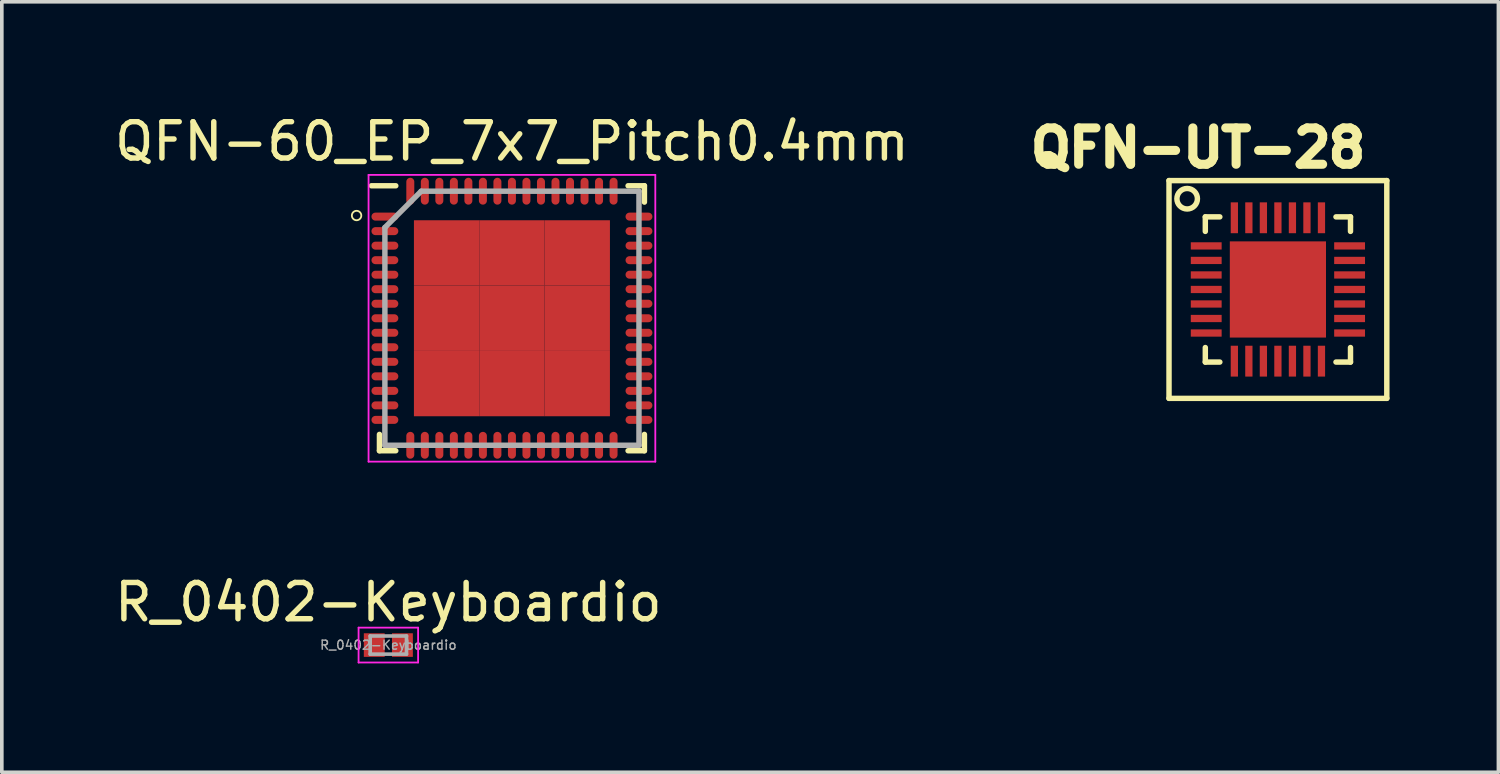
<source format=kicad_pcb>
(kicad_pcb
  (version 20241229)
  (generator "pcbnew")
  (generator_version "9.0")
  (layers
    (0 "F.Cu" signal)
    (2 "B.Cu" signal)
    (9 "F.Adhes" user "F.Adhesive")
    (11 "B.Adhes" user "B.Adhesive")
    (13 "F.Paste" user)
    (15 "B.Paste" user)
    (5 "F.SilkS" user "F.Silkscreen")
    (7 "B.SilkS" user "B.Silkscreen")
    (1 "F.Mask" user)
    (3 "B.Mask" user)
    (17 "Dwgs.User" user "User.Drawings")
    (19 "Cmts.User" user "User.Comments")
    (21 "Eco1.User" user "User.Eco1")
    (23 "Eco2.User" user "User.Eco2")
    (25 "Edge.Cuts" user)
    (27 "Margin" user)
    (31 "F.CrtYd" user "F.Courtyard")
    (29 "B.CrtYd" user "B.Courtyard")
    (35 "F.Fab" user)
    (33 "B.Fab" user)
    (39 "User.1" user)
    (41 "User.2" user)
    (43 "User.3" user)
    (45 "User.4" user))
  (footprint "QFN-60_EP_7x7_Pitch0.4mm"
    (layer "F.Cu")
    (at 11.054 5.718)
    (property "Reference" "QFN-60_EP_7x7_Pitch0.4mm" (at 0 -4.87 0) (layer "F.SilkS") (effects (font (size 1 1) (thickness 0.15))))
    (attr smd)
    (fp_line (start -3.65 3.65) (end -3.65 3.2) (stroke (width 0.15) (type solid)) (layer "F.SilkS"))
    (fp_line (start -3.2 -3.65) (end -3.87 -3.65) (stroke (width 0.15) (type solid)) (layer "F.SilkS"))
    (fp_line (start -3.2 3.65) (end -3.65 3.65) (stroke (width 0.15) (type solid)) (layer "F.SilkS"))
    (fp_line (start 3.2 -3.65) (end 3.65 -3.65) (stroke (width 0.15) (type solid)) (layer "F.SilkS"))
    (fp_line (start 3.2 3.65) (end 3.65 3.65) (stroke (width 0.15) (type solid)) (layer "F.SilkS"))
    (fp_line (start 3.65 -3.65) (end 3.65 -3.2) (stroke (width 0.15) (type solid)) (layer "F.SilkS"))
    (fp_line (start 3.65 3.65) (end 3.65 3.2) (stroke (width 0.15) (type solid)) (layer "F.SilkS"))
    (fp_circle (center -4.28 -2.83) (end -4.15 -2.83) (stroke (width 0.05) (type solid)) (fill no) (layer "F.SilkS"))
    (fp_line (start -3.95 -3.95) (end 3.95 -3.95) (stroke (width 0.05) (type solid)) (layer "F.CrtYd"))
    (fp_line (start -3.95 3.95) (end -3.95 -3.95) (stroke (width 0.05) (type solid)) (layer "F.CrtYd"))
    (fp_line (start 3.95 -3.95) (end 3.95 3.95) (stroke (width 0.05) (type solid)) (layer "F.CrtYd"))
    (fp_line (start 3.95 3.95) (end -3.95 3.95) (stroke (width 0.05) (type solid)) (layer "F.CrtYd"))
    (fp_line (start -3.5 -2.5) (end -3.5 3.5) (stroke (width 0.15) (type solid)) (layer "F.Fab"))
    (fp_line (start -3.5 3.5) (end 3.5 3.5) (stroke (width 0.15) (type solid)) (layer "F.Fab"))
    (fp_line (start -2.5 -3.5) (end -3.5 -2.5) (stroke (width 0.15) (type solid)) (layer "F.Fab"))
    (fp_line (start 3.5 -3.5) (end -2.5 -3.5) (stroke (width 0.15) (type solid)) (layer "F.Fab"))
    (fp_line (start 3.5 3.5) (end 3.5 -3.5) (stroke (width 0.15) (type solid)) (layer "F.Fab"))
    (pad "1" smd oval (at -3.5 -2.8 90) (size 0.22 0.74) (layers "F.Cu" "F.Mask" "F.Paste"))
    (pad "2" smd oval (at -3.5 -2.4 90) (size 0.22 0.74) (layers "F.Cu" "F.Mask" "F.Paste"))
    (pad "3" smd oval (at -3.5 -2 90) (size 0.22 0.74) (layers "F.Cu" "F.Mask" "F.Paste"))
    (pad "4" smd oval (at -3.5 -1.6 90) (size 0.22 0.74) (layers "F.Cu" "F.Mask" "F.Paste"))
    (pad "5" smd oval (at -3.5 -1.2 90) (size 0.22 0.74) (layers "F.Cu" "F.Mask" "F.Paste"))
    (pad "6" smd oval (at -3.5 -0.8 90) (size 0.22 0.74) (layers "F.Cu" "F.Mask" "F.Paste"))
    (pad "7" smd oval (at -3.5 -0.4 90) (size 0.22 0.74) (layers "F.Cu" "F.Mask" "F.Paste"))
    (pad "8" smd oval (at -3.5 0 90) (size 0.22 0.74) (layers "F.Cu" "F.Mask" "F.Paste"))
    (pad "9" smd oval (at -3.5 0.4 90) (size 0.22 0.74) (layers "F.Cu" "F.Mask" "F.Paste"))
    (pad "10" smd oval (at -3.5 0.8 90) (size 0.22 0.74) (layers "F.Cu" "F.Mask" "F.Paste"))
    (pad "11" smd oval (at -3.5 1.2 90) (size 0.22 0.74) (layers "F.Cu" "F.Mask" "F.Paste"))
    (pad "12" smd oval (at -3.5 1.6 90) (size 0.22 0.74) (layers "F.Cu" "F.Mask" "F.Paste"))
    (pad "13" smd oval (at -3.5 2 90) (size 0.22 0.74) (layers "F.Cu" "F.Mask" "F.Paste"))
    (pad "14" smd oval (at -3.5 2.4 90) (size 0.22 0.74) (layers "F.Cu" "F.Mask" "F.Paste"))
    (pad "15" smd oval (at -3.5 2.8 90) (size 0.22 0.74) (layers "F.Cu" "F.Mask" "F.Paste"))
    (pad "16" smd oval (at -2.8 3.5) (size 0.22 0.74) (layers "F.Cu" "F.Mask" "F.Paste"))
    (pad "17" smd oval (at -2.4 3.5) (size 0.22 0.74) (layers "F.Cu" "F.Mask" "F.Paste"))
    (pad "18" smd oval (at -2 3.5) (size 0.22 0.74) (layers "F.Cu" "F.Mask" "F.Paste"))
    (pad "19" smd oval (at -1.6 3.5) (size 0.22 0.74) (layers "F.Cu" "F.Mask" "F.Paste"))
    (pad "20" smd oval (at -1.2 3.5) (size 0.22 0.74) (layers "F.Cu" "F.Mask" "F.Paste"))
    (pad "21" smd oval (at -0.8 3.5) (size 0.22 0.74) (layers "F.Cu" "F.Mask" "F.Paste"))
    (pad "22" smd oval (at -0.4 3.5) (size 0.22 0.74) (layers "F.Cu" "F.Mask" "F.Paste"))
    (pad "23" smd oval (at 0 3.5) (size 0.22 0.74) (layers "F.Cu" "F.Mask" "F.Paste"))
    (pad "24" smd oval (at 0.4 3.5) (size 0.22 0.74) (layers "F.Cu" "F.Mask" "F.Paste"))
    (pad "25" smd oval (at 0.8 3.5) (size 0.22 0.74) (layers "F.Cu" "F.Mask" "F.Paste"))
    (pad "26" smd oval (at 1.2 3.5) (size 0.22 0.74) (layers "F.Cu" "F.Mask" "F.Paste"))
    (pad "27" smd oval (at 1.6 3.5) (size 0.22 0.74) (layers "F.Cu" "F.Mask" "F.Paste"))
    (pad "28" smd oval (at 2 3.5) (size 0.22 0.74) (layers "F.Cu" "F.Mask" "F.Paste"))
    (pad "29" smd oval (at 2.4 3.5) (size 0.22 0.74) (layers "F.Cu" "F.Mask" "F.Paste"))
    (pad "30" smd oval (at 2.8 3.5) (size 0.22 0.74) (layers "F.Cu" "F.Mask" "F.Paste"))
    (pad "31" smd oval (at 3.5 2.8 90) (size 0.22 0.74) (layers "F.Cu" "F.Mask" "F.Paste"))
    (pad "32" smd oval (at 3.5 2.4 90) (size 0.22 0.74) (layers "F.Cu" "F.Mask" "F.Paste"))
    (pad "33" smd oval (at 3.5 2 90) (size 0.22 0.74) (layers "F.Cu" "F.Mask" "F.Paste"))
    (pad "34" smd oval (at 3.5 1.6 90) (size 0.22 0.74) (layers "F.Cu" "F.Mask" "F.Paste"))
    (pad "35" smd oval (at 3.5 1.2 90) (size 0.22 0.74) (layers "F.Cu" "F.Mask" "F.Paste"))
    (pad "36" smd oval (at 3.5 0.8 90) (size 0.22 0.74) (layers "F.Cu" "F.Mask" "F.Paste"))
    (pad "37" smd oval (at 3.5 0.4 90) (size 0.22 0.74) (layers "F.Cu" "F.Mask" "F.Paste"))
    (pad "38" smd oval (at 3.5 0 90) (size 0.22 0.74) (layers "F.Cu" "F.Mask" "F.Paste"))
    (pad "39" smd oval (at 3.5 -0.4 90) (size 0.22 0.74) (layers "F.Cu" "F.Mask" "F.Paste"))
    (pad "40" smd oval (at 3.5 -0.8 90) (size 0.22 0.74) (layers "F.Cu" "F.Mask" "F.Paste"))
    (pad "41" smd oval (at 3.5 -1.2 90) (size 0.22 0.74) (layers "F.Cu" "F.Mask" "F.Paste"))
    (pad "42" smd oval (at 3.5 -1.6 90) (size 0.22 0.74) (layers "F.Cu" "F.Mask" "F.Paste"))
    (pad "43" smd oval (at 3.5 -2 90) (size 0.22 0.74) (layers "F.Cu" "F.Mask" "F.Paste"))
    (pad "44" smd oval (at 3.5 -2.4 90) (size 0.22 0.74) (layers "F.Cu" "F.Mask" "F.Paste"))
    (pad "45" smd oval (at 3.5 -2.8 90) (size 0.22 0.74) (layers "F.Cu" "F.Mask" "F.Paste"))
    (pad "46" smd oval (at 2.8 -3.5) (size 0.22 0.74) (layers "F.Cu" "F.Mask" "F.Paste"))
    (pad "47" smd oval (at 2.4 -3.5) (size 0.22 0.74) (layers "F.Cu" "F.Mask" "F.Paste"))
    (pad "48" smd oval (at 2 -3.5) (size 0.22 0.74) (layers "F.Cu" "F.Mask" "F.Paste"))
    (pad "49" smd oval (at 1.6 -3.5) (size 0.22 0.74) (layers "F.Cu" "F.Mask" "F.Paste"))
    (pad "50" smd oval (at 1.2 -3.5) (size 0.22 0.74) (layers "F.Cu" "F.Mask" "F.Paste"))
    (pad "51" smd oval (at 0.8 -3.5) (size 0.22 0.74) (layers "F.Cu" "F.Mask" "F.Paste"))
    (pad "52" smd oval (at 0.4 -3.5) (size 0.22 0.74) (layers "F.Cu" "F.Mask" "F.Paste"))
    (pad "53" smd oval (at 0 -3.5) (size 0.22 0.74) (layers "F.Cu" "F.Mask" "F.Paste"))
    (pad "54" smd oval (at -0.4 -3.5) (size 0.22 0.74) (layers "F.Cu" "F.Mask" "F.Paste"))
    (pad "55" smd oval (at -0.8 -3.5) (size 0.22 0.74) (layers "F.Cu" "F.Mask" "F.Paste"))
    (pad "56" smd oval (at -1.2 -3.5) (size 0.22 0.74) (layers "F.Cu" "F.Mask" "F.Paste"))
    (pad "57" smd oval (at -1.6 -3.5) (size 0.22 0.74) (layers "F.Cu" "F.Mask" "F.Paste"))
    (pad "58" smd oval (at -2 -3.5) (size 0.22 0.74) (layers "F.Cu" "F.Mask" "F.Paste"))
    (pad "59" smd oval (at -2.4 -3.5) (size 0.22 0.74) (layers "F.Cu" "F.Mask" "F.Paste"))
    (pad "60" smd oval (at -2.8 -3.5) (size 0.22 0.74) (layers "F.Cu" "F.Mask" "F.Paste"))
    (pad "61" smd rect (at -1.8 -1.8) (size 1.8 1.8) (layers "F.Cu" "F.Mask" "F.Paste"))
    (pad "61" smd rect (at -1.8 0) (size 1.8 1.8) (layers "F.Cu" "F.Mask" "F.Paste"))
    (pad "61" smd rect (at -1.8 1.8) (size 1.8 1.8) (layers "F.Cu" "F.Mask" "F.Paste"))
    (pad "61" smd rect (at 0 -1.8) (size 1.8 1.8) (layers "F.Cu" "F.Mask" "F.Paste"))
    (pad "61" smd rect (at 0 0) (size 1.8 1.8) (layers "F.Cu" "F.Mask" "F.Paste"))
    (pad "61" smd rect (at 0 1.8) (size 1.8 1.8) (layers "F.Cu" "F.Mask" "F.Paste"))
    (pad "61" smd rect (at 1.8 -1.8) (size 1.8 1.8) (layers "F.Cu" "F.Mask" "F.Paste"))
    (pad "61" smd rect (at 1.8 0) (size 1.8 1.8) (layers "F.Cu" "F.Mask" "F.Paste"))
    (pad "61" smd rect (at 1.8 1.8) (size 1.8 1.8) (layers "F.Cu" "F.Mask" "F.Paste")))
  (footprint "R_0402-Keyboardio"
    (layer "F.Cu")
    (at 7.649 14.722)
    (property "Reference" "R_0402-Keyboardio" (at 0 -1.18 0) (layer "F.SilkS") (effects (font (size 1 1) (thickness 0.15))))
    (attr smd)
    (fp_line (start -0.82 -0.48) (end 0.82 -0.48) (stroke (width 0.05) (type solid)) (layer "F.CrtYd"))
    (fp_line (start -0.82 0.48) (end -0.82 -0.48) (stroke (width 0.05) (type solid)) (layer "F.CrtYd"))
    (fp_line (start 0.82 -0.48) (end 0.82 0.48) (stroke (width 0.05) (type solid)) (layer "F.CrtYd"))
    (fp_line (start 0.82 0.48) (end -0.82 0.48) (stroke (width 0.05) (type solid)) (layer "F.CrtYd"))
    (fp_line (start -0.5 -0.25) (end 0.5 -0.25) (stroke (width 0.1) (type solid)) (layer "F.Fab"))
    (fp_line (start -0.5 0.25) (end -0.5 -0.25) (stroke (width 0.1) (type solid)) (layer "F.Fab"))
    (fp_line (start 0.5 -0.25) (end 0.5 0.25) (stroke (width 0.1) (type solid)) (layer "F.Fab"))
    (fp_line (start 0.5 0.25) (end -0.5 0.25) (stroke (width 0.1) (type solid)) (layer "F.Fab"))
    (fp_text user "${REFERENCE}" (at 0 0 0) (layer "F.Fab") (effects (font (size 0.25 0.25) (thickness 0.04))))
    (pad "1" smd rect (at -0.388 0) (size 0.575 0.65) (layers "F.Cu" "F.Mask" "F.Paste"))
    (pad "2" smd rect (at 0.388 0) (size 0.575 0.65) (layers "F.Cu" "F.Mask" "F.Paste")))
  (footprint "QFN-UT-28"
    (layer "F.Cu")
    (at 32.157 4.925)
    (property "Reference" "QFN-UT-28" (at -2.2 -3.9 180) (layer "F.SilkS") (effects (font (size 1.001 1.001) (thickness 0.305))))
    (attr through_hole)
    (fp_line (start -3 -3) (end 3 -3) (stroke (width 0.15) (type solid)) (layer "F.SilkS"))
    (fp_line (start -3 3) (end -3 -3) (stroke (width 0.15) (type solid)) (layer "F.SilkS"))
    (fp_line (start -2 -2) (end -1.6 -2) (stroke (width 0.15) (type solid)) (layer "F.SilkS"))
    (fp_line (start -2 -1.6) (end -2 -2) (stroke (width 0.15) (type solid)) (layer "F.SilkS"))
    (fp_line (start -2 2) (end -2 1.6) (stroke (width 0.15) (type solid)) (layer "F.SilkS"))
    (fp_line (start -1.6 2) (end -2 2) (stroke (width 0.15) (type solid)) (layer "F.SilkS"))
    (fp_line (start 2 -2) (end 1.6 -2) (stroke (width 0.15) (type solid)) (layer "F.SilkS"))
    (fp_line (start 2 -1.6) (end 2 -2) (stroke (width 0.15) (type solid)) (layer "F.SilkS"))
    (fp_line (start 2 1.6) (end 2 2) (stroke (width 0.15) (type solid)) (layer "F.SilkS"))
    (fp_line (start 2 2) (end 1.6 2) (stroke (width 0.15) (type solid)) (layer "F.SilkS"))
    (fp_line (start 3 -3) (end 3 3) (stroke (width 0.15) (type solid)) (layer "F.SilkS"))
    (fp_line (start 3 3) (end -3 3) (stroke (width 0.15) (type solid)) (layer "F.SilkS"))
    (fp_circle (center -2.5 -2.5) (end -2.3 -2.7) (stroke (width 0.15) (type solid)) (fill no) (layer "F.SilkS"))
    (pad "1" smd rect (at -1.975 -1.2) (size 0.85 0.2) (layers "F.Cu" "F.Mask" "F.Paste"))
    (pad "2" smd rect (at -1.975 -0.8) (size 0.85 0.2) (layers "F.Cu" "F.Mask" "F.Paste"))
    (pad "3" smd rect (at -1.975 -0.4) (size 0.85 0.2) (layers "F.Cu" "F.Mask" "F.Paste"))
    (pad "4" smd rect (at -1.975 0) (size 0.85 0.2) (layers "F.Cu" "F.Mask" "F.Paste"))
    (pad "5" smd rect (at -1.975 0.4) (size 0.85 0.2) (layers "F.Cu" "F.Mask" "F.Paste"))
    (pad "6" smd rect (at -1.975 0.8) (size 0.85 0.2) (layers "F.Cu" "F.Mask" "F.Paste"))
    (pad "7" smd rect (at -1.975 1.2) (size 0.85 0.2) (layers "F.Cu" "F.Mask" "F.Paste"))
    (pad "8" smd rect (at -1.2 1.975 90) (size 0.85 0.2) (layers "F.Cu" "F.Mask" "F.Paste"))
    (pad "9" smd rect (at -0.8 1.975 90) (size 0.85 0.2) (layers "F.Cu" "F.Mask" "F.Paste"))
    (pad "10" smd rect (at -0.4 1.975 90) (size 0.85 0.2) (layers "F.Cu" "F.Mask" "F.Paste"))
    (pad "11" smd rect (at 0 1.975 90) (size 0.85 0.2) (layers "F.Cu" "F.Mask" "F.Paste"))
    (pad "12" smd rect (at 0.4 1.975 90) (size 0.85 0.2) (layers "F.Cu" "F.Mask" "F.Paste"))
    (pad "13" smd rect (at 0.8 1.975 90) (size 0.85 0.2) (layers "F.Cu" "F.Mask" "F.Paste"))
    (pad "14" smd rect (at 1.2 1.975 90) (size 0.85 0.2) (layers "F.Cu" "F.Mask" "F.Paste"))
    (pad "15" smd rect (at 1.975 1.2) (size 0.85 0.2) (layers "F.Cu" "F.Mask" "F.Paste"))
    (pad "16" smd rect (at 1.975 0.8) (size 0.85 0.2) (layers "F.Cu" "F.Mask" "F.Paste"))
    (pad "17" smd rect (at 1.975 0.4) (size 0.85 0.2) (layers "F.Cu" "F.Mask" "F.Paste"))
    (pad "18" smd rect (at 1.975 0) (size 0.85 0.2) (layers "F.Cu" "F.Mask" "F.Paste"))
    (pad "19" smd rect (at 1.975 -0.4) (size 0.85 0.2) (layers "F.Cu" "F.Mask" "F.Paste"))
    (pad "20" smd rect (at 1.975 -0.8) (size 0.85 0.2) (layers "F.Cu" "F.Mask" "F.Paste"))
    (pad "21" smd rect (at 1.975 -1.2) (size 0.85 0.2) (layers "F.Cu" "F.Mask" "F.Paste"))
    (pad "22" smd rect (at 1.2 -1.975 90) (size 0.85 0.2) (layers "F.Cu" "F.Mask" "F.Paste"))
    (pad "23" smd rect (at 0.8 -1.975 90) (size 0.85 0.2) (layers "F.Cu" "F.Mask" "F.Paste"))
    (pad "24" smd rect (at 0.4 -1.975 90) (size 0.85 0.2) (layers "F.Cu" "F.Mask" "F.Paste"))
    (pad "25" smd rect (at 0 -1.975 90) (size 0.85 0.2) (layers "F.Cu" "F.Mask" "F.Paste"))
    (pad "26" smd rect (at -0.4 -1.975 90) (size 0.85 0.2) (layers "F.Cu" "F.Mask" "F.Paste"))
    (pad "27" smd rect (at -0.8 -1.975 90) (size 0.85 0.2) (layers "F.Cu" "F.Mask" "F.Paste"))
    (pad "28" smd rect (at -1.2 -1.975 90) (size 0.85 0.2) (layers "F.Cu" "F.Mask" "F.Paste"))
    (pad "PP" smd rect (at 0 0 90) (size 2.65 2.65) (layers "F.Cu" "F.Mask" "F.Paste")))
  (gr_rect
    (start -3 -3)
    (end 38.232 18.227)
    (stroke (width 0.1) (type default))
    (fill no)
    (layer "Edge.Cuts")))
</source>
